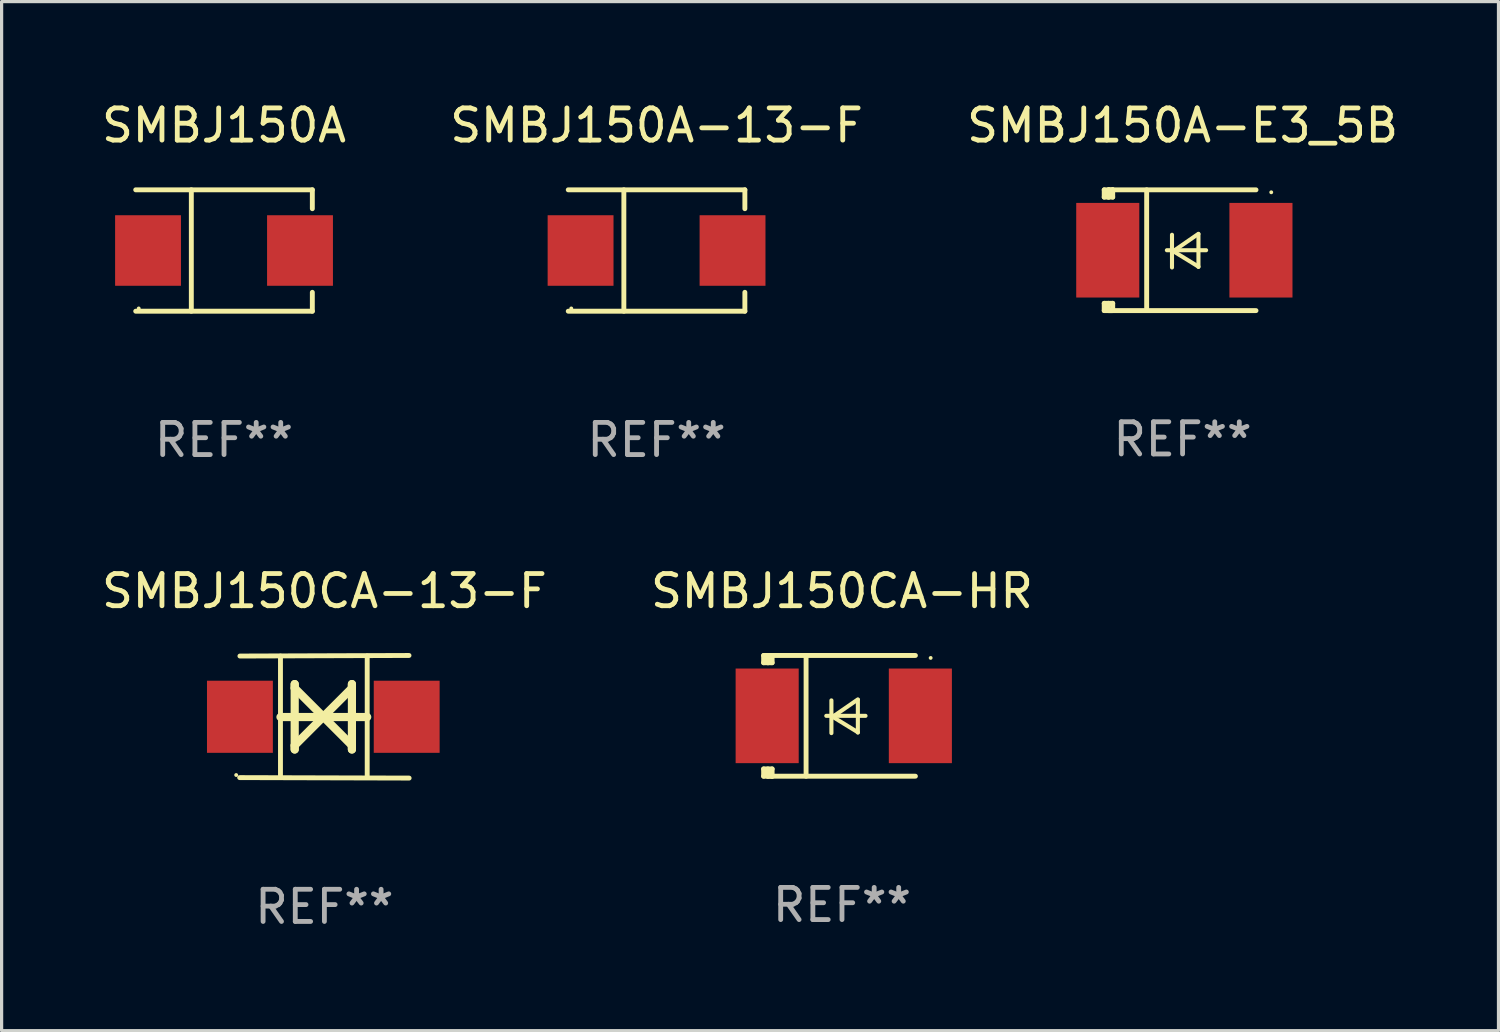
<source format=kicad_pcb>
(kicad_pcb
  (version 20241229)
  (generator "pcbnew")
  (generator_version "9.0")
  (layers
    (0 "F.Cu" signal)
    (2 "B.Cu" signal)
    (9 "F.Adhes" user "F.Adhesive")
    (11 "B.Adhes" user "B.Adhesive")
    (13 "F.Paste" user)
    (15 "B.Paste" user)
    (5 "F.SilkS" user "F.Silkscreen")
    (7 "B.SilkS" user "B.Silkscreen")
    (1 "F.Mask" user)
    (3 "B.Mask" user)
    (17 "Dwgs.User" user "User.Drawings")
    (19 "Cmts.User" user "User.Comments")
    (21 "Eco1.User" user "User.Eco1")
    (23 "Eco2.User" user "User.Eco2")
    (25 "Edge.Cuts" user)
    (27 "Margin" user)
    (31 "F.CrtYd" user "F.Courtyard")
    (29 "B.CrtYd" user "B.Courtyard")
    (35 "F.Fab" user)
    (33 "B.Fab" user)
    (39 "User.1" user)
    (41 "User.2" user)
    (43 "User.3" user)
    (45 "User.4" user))
  (footprint "SMBJ150A-E3_5B"
    (layer "F.Cu")
    (at 33.696 4.725)
    (property "Reference" "SMBJ150A-E3_5B" (at 0 -3.876 0) (layer "F.SilkS") (effects (font (size 1 1) (thickness 0.15))))
    (attr through_hole)
    (fp_line (start -2.435 1.65) (end -2.171 1.65) (stroke (width 0.152) (type solid)) (layer "F.SilkS"))
    (fp_line (start -2.435 1.876) (end -2.435 1.65) (stroke (width 0.152) (type solid)) (layer "F.SilkS"))
    (fp_line (start -2.435 -1.876) (end -2.171 -1.876) (stroke (width 0.152) (type solid)) (layer "F.SilkS"))
    (fp_line (start -2.435 -1.65) (end -2.435 -1.876) (stroke (width 0.152) (type solid)) (layer "F.SilkS"))
    (fp_line (start -2.305 -1.866) (end -2.295 -1.876) (stroke (width 0.152) (type solid)) (layer "F.SilkS"))
    (fp_line (start -2.305 -1.65) (end -2.305 -1.866) (stroke (width 0.152) (type solid)) (layer "F.SilkS"))
    (fp_line (start -2.305 1.876) (end -2.305 1.65) (stroke (width 0.152) (type solid)) (layer "F.SilkS"))
    (fp_line (start -2.295 -1.876) (end -2.295 -1.65) (stroke (width 0.152) (type solid)) (layer "F.SilkS"))
    (fp_line (start -2.171 1.876) (end -2.435 1.876) (stroke (width 0.152) (type solid)) (layer "F.SilkS"))
    (fp_line (start -2.171 -1.65) (end -2.435 -1.65) (stroke (width 0.152) (type solid)) (layer "F.SilkS"))
    (fp_line (start -2.171 -1.876) (end -2.295 -1.876) (stroke (width 0.152) (type solid)) (layer "F.SilkS"))
    (fp_line (start -2.171 -1.65) (end -2.171 -1.876) (stroke (width 0.152) (type solid)) (layer "F.SilkS"))
    (fp_line (start -2.171 1.876) (end -2.305 1.876) (stroke (width 0.152) (type solid)) (layer "F.SilkS"))
    (fp_line (start -2.171 1.876) (end -2.171 1.65) (stroke (width 0.152) (type solid)) (layer "F.SilkS"))
    (fp_line (start -1.116 1.876) (end -1.116 -1.876) (stroke (width 0.152) (type solid)) (layer "F.SilkS"))
    (fp_line (start -0.488 0.000102) (end 0.731 0.000102) (stroke (width 0.127) (type solid)) (layer "F.SilkS"))
    (fp_line (start -0.329 -0.48) (end -0.329 0.536) (stroke (width 0.127) (type solid)) (layer "F.SilkS"))
    (fp_line (start -0.29 0.03) (end 0.493 0.51) (stroke (width 0.127) (type solid)) (layer "F.SilkS"))
    (fp_line (start 0.493 -0.51) (end -0.29 0.03) (stroke (width 0.127) (type solid)) (layer "F.SilkS"))
    (fp_line (start 0.493 0.52) (end 0.493 -0.496) (stroke (width 0.127) (type solid)) (layer "F.SilkS"))
    (fp_line (start 2.281 -1.876) (end -2.171 -1.876) (stroke (width 0.152) (type solid)) (layer "F.SilkS"))
    (fp_line (start 2.281 1.876) (end -2.171 1.876) (stroke (width 0.152) (type solid)) (layer "F.SilkS"))
    (fp_circle (center 2.755 -1.8) (end 2.785 -1.8) (stroke (width 0.06) (type solid)) (fill no) (layer "F.SilkS"))
    (fp_text user "REF**" (at 0 5.876 0) (layer "F.Fab") (effects (font (size 1 1) (thickness 0.15))))
    (pad "1" smd rect (at 2.435 -0.000025 180) (size 1.96 2.94) (layers "F.Cu" "F.Mask" "F.Paste"))
    (pad "2" smd rect (at -2.325 -0.000025 180) (size 1.96 2.94) (layers "F.Cu" "F.Mask" "F.Paste")))
  (footprint "SMBJ150A"
    (layer "F.Cu")
    (at 3.911 4.734)
    (property "Reference" "SMBJ150A" (at 0 -3.886 0) (layer "F.SilkS") (effects (font (size 1 1) (thickness 0.15))))
    (attr through_hole)
    (fp_line (start -2.744 -1.886) (end 2.744 -1.886) (stroke (width 0.152) (type solid)) (layer "F.SilkS"))
    (fp_line (start -2.744 1.886) (end 2.744 1.886) (stroke (width 0.152) (type solid)) (layer "F.SilkS"))
    (fp_line (start -1.016 -1.886) (end -1.016 1.886) (stroke (width 0.152) (type solid)) (layer "F.SilkS"))
    (fp_line (start 2.744 -1.886) (end 2.744 -1.299) (stroke (width 0.152) (type solid)) (layer "F.SilkS"))
    (fp_line (start 2.744 1.886) (end 2.744 1.299) (stroke (width 0.152) (type solid)) (layer "F.SilkS"))
    (fp_circle (center -2.65 1.8) (end -2.62 1.8) (stroke (width 0.06) (type solid)) (fill no) (layer "F.SilkS"))
    (fp_text user "REF**" (at 0 5.886 0) (layer "F.Fab") (effects (font (size 1 1) (thickness 0.15))))
    (pad "1" smd rect (at -2.361 0) (size 2.047 2.192) (layers "F.Cu" "F.Mask" "F.Paste"))
    (pad "2" smd rect (at 2.361 0) (size 2.047 2.192) (layers "F.Cu" "F.Mask" "F.Paste")))
  (footprint "SMBJ150CA-HR"
    (layer "F.Cu")
    (at 23.113 19.193)
    (property "Reference" "SMBJ150CA-HR" (at 0 -3.876 0) (layer "F.SilkS") (effects (font (size 1 1) (thickness 0.15))))
    (attr through_hole)
    (fp_line (start -2.435 1.65) (end -2.171 1.65) (stroke (width 0.152) (type solid)) (layer "F.SilkS"))
    (fp_line (start -2.435 1.876) (end -2.435 1.65) (stroke (width 0.152) (type solid)) (layer "F.SilkS"))
    (fp_line (start -2.435 -1.876) (end -2.171 -1.876) (stroke (width 0.152) (type solid)) (layer "F.SilkS"))
    (fp_line (start -2.435 -1.65) (end -2.435 -1.876) (stroke (width 0.152) (type solid)) (layer "F.SilkS"))
    (fp_line (start -2.305 -1.866) (end -2.295 -1.876) (stroke (width 0.152) (type solid)) (layer "F.SilkS"))
    (fp_line (start -2.305 -1.65) (end -2.305 -1.866) (stroke (width 0.152) (type solid)) (layer "F.SilkS"))
    (fp_line (start -2.305 1.876) (end -2.305 1.65) (stroke (width 0.152) (type solid)) (layer "F.SilkS"))
    (fp_line (start -2.295 -1.876) (end -2.295 -1.65) (stroke (width 0.152) (type solid)) (layer "F.SilkS"))
    (fp_line (start -2.171 1.876) (end -2.435 1.876) (stroke (width 0.152) (type solid)) (layer "F.SilkS"))
    (fp_line (start -2.171 -1.65) (end -2.435 -1.65) (stroke (width 0.152) (type solid)) (layer "F.SilkS"))
    (fp_line (start -2.171 -1.876) (end -2.295 -1.876) (stroke (width 0.152) (type solid)) (layer "F.SilkS"))
    (fp_line (start -2.171 -1.65) (end -2.171 -1.876) (stroke (width 0.152) (type solid)) (layer "F.SilkS"))
    (fp_line (start -2.171 1.876) (end -2.305 1.876) (stroke (width 0.152) (type solid)) (layer "F.SilkS"))
    (fp_line (start -2.171 1.876) (end -2.171 1.65) (stroke (width 0.152) (type solid)) (layer "F.SilkS"))
    (fp_line (start -1.116 1.876) (end -1.116 -1.876) (stroke (width 0.152) (type solid)) (layer "F.SilkS"))
    (fp_line (start -0.488 0.000102) (end 0.731 0.000102) (stroke (width 0.127) (type solid)) (layer "F.SilkS"))
    (fp_line (start -0.329 -0.48) (end -0.329 0.536) (stroke (width 0.127) (type solid)) (layer "F.SilkS"))
    (fp_line (start -0.29 0.03) (end 0.493 0.51) (stroke (width 0.127) (type solid)) (layer "F.SilkS"))
    (fp_line (start 0.493 -0.51) (end -0.29 0.03) (stroke (width 0.127) (type solid)) (layer "F.SilkS"))
    (fp_line (start 0.493 0.52) (end 0.493 -0.496) (stroke (width 0.127) (type solid)) (layer "F.SilkS"))
    (fp_line (start 2.281 -1.876) (end -2.171 -1.876) (stroke (width 0.152) (type solid)) (layer "F.SilkS"))
    (fp_line (start 2.281 1.876) (end -2.171 1.876) (stroke (width 0.152) (type solid)) (layer "F.SilkS"))
    (fp_circle (center 2.755 -1.8) (end 2.785 -1.8) (stroke (width 0.06) (type solid)) (fill no) (layer "F.SilkS"))
    (fp_text user "REF**" (at 0 5.876 0) (layer "F.Fab") (effects (font (size 1 1) (thickness 0.15))))
    (pad "1" smd rect (at 2.435 -0.000025 180) (size 1.96 2.94) (layers "F.Cu" "F.Mask" "F.Paste"))
    (pad "2" smd rect (at -2.325 -0.000025 180) (size 1.96 2.94) (layers "F.Cu" "F.Mask" "F.Paste")))
  (footprint "SMBJ150CA-13-F"
    (layer "F.Cu")
    (at 7.03 19.222)
    (property "Reference" "SMBJ150CA-13-F" (at 0 -3.905 0) (layer "F.SilkS") (effects (font (size 1 1) (thickness 0.15))))
    (attr through_hole)
    (fp_line (start -1.365 1.886) (end -1.365 -1.886) (stroke (width 0.152) (type solid)) (layer "F.SilkS"))
    (fp_line (start -1.365 0.008) (end 1.33 0.008) (stroke (width 0.254) (type solid)) (layer "F.SilkS"))
    (fp_line (start -0.923 -1.016) (end -0.923 1.016) (stroke (width 0.254) (type solid)) (layer "F.SilkS"))
    (fp_line (start -0.923 -0.889) (end -0.923 -1.016) (stroke (width 0.254) (type solid)) (layer "F.SilkS"))
    (fp_line (start -0.923 0.889) (end -0.034 0) (stroke (width 0.254) (type solid)) (layer "F.SilkS"))
    (fp_line (start -0.923 1.016) (end -0.923 0.889) (stroke (width 0.254) (type solid)) (layer "F.SilkS"))
    (fp_line (start -0.034 0) (end -0.923 -0.889) (stroke (width 0.254) (type solid)) (layer "F.SilkS"))
    (fp_line (start -0.034 0) (end 0.855 0.889) (stroke (width 0.254) (type solid)) (layer "F.SilkS"))
    (fp_line (start 0.855 -1.016) (end 0.855 -0.889) (stroke (width 0.254) (type solid)) (layer "F.SilkS"))
    (fp_line (start 0.855 -0.889) (end -0.034 0) (stroke (width 0.254) (type solid)) (layer "F.SilkS"))
    (fp_line (start 0.855 0.889) (end 0.855 1.016) (stroke (width 0.254) (type solid)) (layer "F.SilkS"))
    (fp_line (start 0.855 1.016) (end 0.855 -1.016) (stroke (width 0.254) (type solid)) (layer "F.SilkS"))
    (fp_line (start 1.33 1.886) (end 1.33 -1.886) (stroke (width 0.152) (type solid)) (layer "F.SilkS"))
    (fp_line (start 2.629 -1.905) (end -2.625 -1.887) (stroke (width 0.152) (type solid)) (layer "F.SilkS"))
    (fp_line (start 2.633 1.905) (end -2.633 1.89) (stroke (width 0.152) (type solid)) (layer "F.SilkS"))
    (fp_circle (center -2.741 1.81) (end -2.711 1.81) (stroke (width 0.06) (type solid)) (fill no) (layer "F.SilkS"))
    (fp_text user "REF**" (at 0 5.905 0) (layer "F.Fab") (effects (font (size 1 1) (thickness 0.15))))
    (pad "1" smd rect (at -2.625 0) (size 2.047 2.241) (layers "F.Cu" "F.Mask" "F.Paste"))
    (pad "2" smd rect (at 2.557 0) (size 2.047 2.241) (layers "F.Cu" "F.Mask" "F.Paste")))
  (footprint "SMBJ150A-13-F"
    (layer "F.Cu")
    (at 17.351 4.734)
    (property "Reference" "SMBJ150A-13-F" (at 0 -3.886 0) (layer "F.SilkS") (effects (font (size 1 1) (thickness 0.15))))
    (attr through_hole)
    (fp_line (start -2.744 -1.886) (end 2.744 -1.886) (stroke (width 0.152) (type solid)) (layer "F.SilkS"))
    (fp_line (start -2.744 1.886) (end 2.744 1.886) (stroke (width 0.152) (type solid)) (layer "F.SilkS"))
    (fp_line (start -1.016 -1.886) (end -1.016 1.886) (stroke (width 0.152) (type solid)) (layer "F.SilkS"))
    (fp_line (start 2.744 -1.886) (end 2.744 -1.299) (stroke (width 0.152) (type solid)) (layer "F.SilkS"))
    (fp_line (start 2.744 1.886) (end 2.744 1.299) (stroke (width 0.152) (type solid)) (layer "F.SilkS"))
    (fp_circle (center -2.65 1.8) (end -2.62 1.8) (stroke (width 0.06) (type solid)) (fill no) (layer "F.SilkS"))
    (fp_text user "REF**" (at 0 5.886 0) (layer "F.Fab") (effects (font (size 1 1) (thickness 0.15))))
    (pad "1" smd rect (at -2.361 0) (size 2.047 2.192) (layers "F.Cu" "F.Mask" "F.Paste"))
    (pad "2" smd rect (at 2.361 0) (size 2.047 2.192) (layers "F.Cu" "F.Mask" "F.Paste")))
  (gr_rect
    (start -3 -3)
    (end 43.512 28.975)
    (stroke (width 0.1) (type default))
    (fill no)
    (layer "Edge.Cuts")))
</source>
